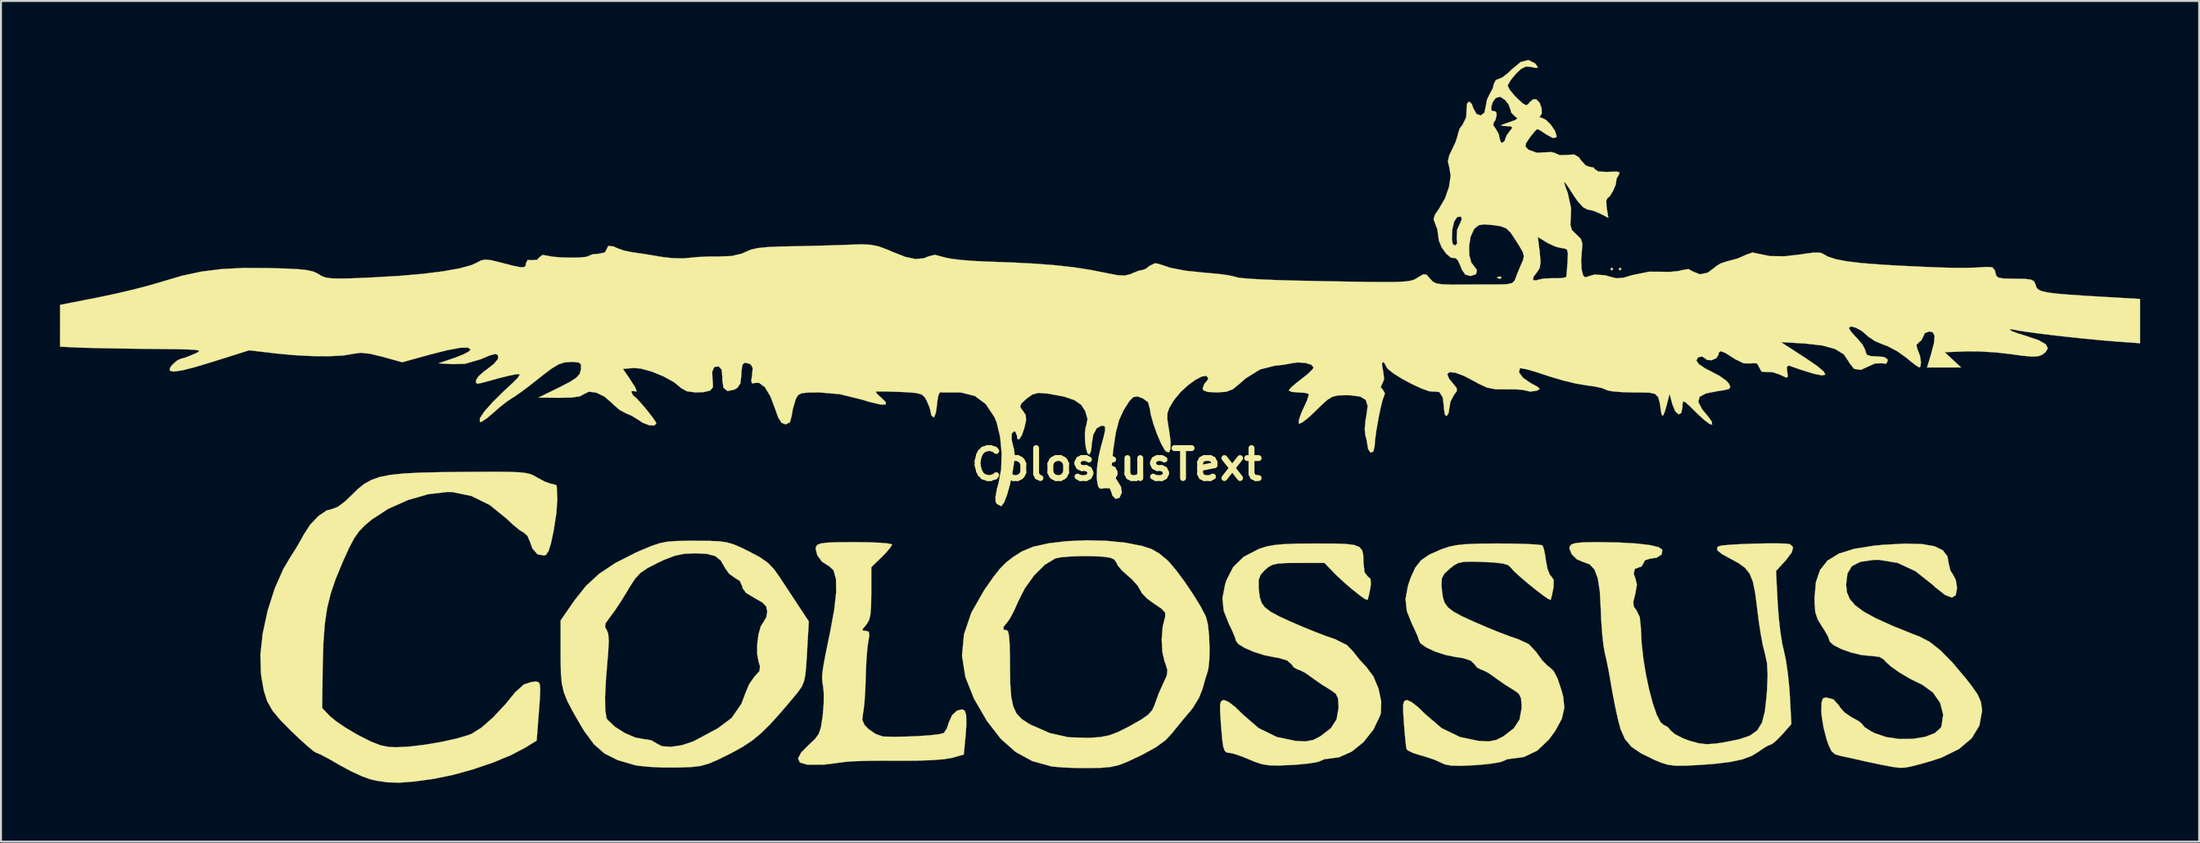
<source format=kicad_pcb>
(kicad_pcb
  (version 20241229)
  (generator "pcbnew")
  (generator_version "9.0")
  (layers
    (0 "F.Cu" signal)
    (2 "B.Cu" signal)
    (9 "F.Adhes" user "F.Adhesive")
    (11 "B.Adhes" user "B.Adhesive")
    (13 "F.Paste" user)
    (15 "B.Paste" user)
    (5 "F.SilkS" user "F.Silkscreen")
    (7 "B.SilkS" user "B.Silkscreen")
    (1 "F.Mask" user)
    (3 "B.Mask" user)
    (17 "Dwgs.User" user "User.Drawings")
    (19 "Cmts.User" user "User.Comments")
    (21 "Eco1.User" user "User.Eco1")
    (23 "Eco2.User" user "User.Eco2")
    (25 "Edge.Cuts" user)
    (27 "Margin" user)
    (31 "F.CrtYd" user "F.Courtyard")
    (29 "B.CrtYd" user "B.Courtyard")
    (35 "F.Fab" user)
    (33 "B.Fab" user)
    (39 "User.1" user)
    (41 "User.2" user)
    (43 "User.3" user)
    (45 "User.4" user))
  (footprint "ColossusText"
    (layer "F.Cu")
    (at 53.769 20.593)
    (property "Reference" "ColossusText" (at 0 0 0) (layer "F.SilkS") (effects (font (size 1.524 1.524) (thickness 0.3))))
    (attr through_hole)
    (fp_poly (pts (xy 25.259 -9.948) (xy 25.188 -9.878) (xy 25.118 -9.948) (xy 25.188 -10.019) (xy 25.259 -9.948)) (stroke (width 0.01) (type solid)) (fill yes) (layer "F.SilkS"))
    (fp_poly (pts (xy 25.682 -9.948) (xy 25.612 -9.878) (xy 25.541 -9.948) (xy 25.612 -10.019) (xy 25.682 -9.948)) (stroke (width 0.01) (type solid)) (fill yes) (layer "F.SilkS"))
    (fp_poly (pts (xy 19.567 -9.549) (xy 19.548 -9.465) (xy 19.473 -9.454) (xy 19.357 -9.506) (xy 19.379 -9.549) (xy 19.547 -9.565) (xy 19.567 -9.549)) (stroke (width 0.01) (type solid)) (fill yes) (layer "F.SilkS"))
    (fp_poly (pts (xy -12.627 3.96) (xy -12.047 3.984) (xy -11.634 4.02) (xy -11.439 4.064) (xy -11.43 4.076) (xy -11.524 4.238) (xy -11.763 4.516) (xy -11.959 4.715) (xy -12.488 5.229) (xy -12.488 6.551) (xy -12.498 7.206) (xy -12.533 7.645) (xy -12.605 7.932) (xy -12.725 8.132) (xy -12.757 8.17) (xy -12.932 8.381) (xy -12.915 8.457) (xy -12.777 8.467) (xy -12.621 8.506) (xy -12.585 8.675) (xy -12.637 8.996) (xy -12.689 9.376) (xy -12.734 9.94) (xy -12.765 10.59) (xy -12.772 10.866) (xy -12.795 11.51) (xy -12.834 12.096) (xy -12.883 12.534) (xy -12.906 12.657) (xy -12.946 12.996) (xy -12.831 13.255) (xy -12.625 13.468) (xy -12.266 13.716) (xy -11.905 13.843) (xy -11.868 13.847) (xy -11.303 13.859) (xy -10.667 13.849) (xy -10.03 13.821) (xy -9.46 13.779) (xy -9.028 13.727) (xy -8.802 13.67) (xy -8.793 13.664) (xy -8.643 13.434) (xy -8.535 13.112) (xy -8.378 12.764) (xy -8.13 12.53) (xy -7.866 12.465) (xy -7.728 12.535) (xy -7.66 12.764) (xy -7.65 13.227) (xy -7.682 13.72) (xy -7.78 14.761) (xy -8.37 14.93) (xy -8.784 15) (xy -9.435 15.05) (xy -10.278 15.076) (xy -11.148 15.078) (xy -11.947 15.076) (xy -12.684 15.084) (xy -13.295 15.102) (xy -13.716 15.127) (xy -13.829 15.14) (xy -14.876 15.275) (xy -15.694 15.279) (xy -15.769 15.272) (xy -16.121 15.168) (xy -16.213 14.96) (xy -16.045 14.647) (xy -15.653 14.256) (xy -15.345 13.968) (xy -15.158 13.707) (xy -15.048 13.374) (xy -14.97 12.873) (xy -14.957 12.771) (xy -14.909 12.189) (xy -14.904 11.646) (xy -14.939 11.289) (xy -14.976 11.077) (xy -14.99 10.863) (xy -14.974 10.598) (xy -14.921 10.232) (xy -14.825 9.715) (xy -14.679 8.997) (xy -14.583 8.537) (xy -14.372 7.389) (xy -14.273 6.489) (xy -14.284 5.825) (xy -14.408 5.387) (xy -14.643 5.163) (xy -14.68 5.149) (xy -14.996 4.947) (xy -15.233 4.624) (xy -15.319 4.289) (xy -15.299 4.183) (xy -15.227 4.088) (xy -15.067 4.022) (xy -14.775 3.981) (xy -14.306 3.959) (xy -13.614 3.952) (xy -13.32 3.951) (xy -12.627 3.96)) (stroke (width 0.01) (type solid)) (fill yes) (layer "F.SilkS"))
    (fp_poly (pts (xy 40.978 4.05) (xy 41.614 4.163) (xy 42.038 4.372) (xy 42.271 4.682) (xy 42.333 5.046) (xy 42.42 5.403) (xy 42.545 5.594) (xy 42.692 5.876) (xy 42.756 6.27) (xy 42.757 6.29) (xy 42.691 6.652) (xy 42.492 6.771) (xy 42.157 6.646) (xy 41.683 6.277) (xy 41.532 6.136) (xy 40.644 5.433) (xy 39.731 5.006) (xy 38.781 4.852) (xy 38.484 4.858) (xy 37.831 4.955) (xy 37.41 5.172) (xy 37.182 5.543) (xy 37.112 6.104) (xy 37.112 6.126) (xy 37.155 6.507) (xy 37.3 6.849) (xy 37.575 7.17) (xy 38.007 7.49) (xy 38.622 7.827) (xy 39.447 8.2) (xy 40.508 8.629) (xy 40.852 8.761) (xy 41.36 9.025) (xy 41.905 9.453) (xy 42.514 10.07) (xy 43.215 10.903) (xy 43.472 11.231) (xy 43.802 11.701) (xy 43.971 12.082) (xy 44.026 12.48) (xy 44.027 12.555) (xy 43.893 13.291) (xy 43.499 13.937) (xy 42.854 14.482) (xy 41.969 14.918) (xy 41.453 15.088) (xy 40.821 15.267) (xy 40.388 15.378) (xy 40.081 15.431) (xy 39.828 15.436) (xy 39.556 15.403) (xy 39.37 15.372) (xy 38.825 15.268) (xy 38.22 15.14) (xy 38.029 15.097) (xy 37.505 14.978) (xy 37.007 14.87) (xy 36.845 14.837) (xy 36.561 14.754) (xy 36.375 14.596) (xy 36.224 14.287) (xy 36.114 13.968) (xy 35.965 13.392) (xy 35.869 12.792) (xy 35.852 12.524) (xy 35.865 12.109) (xy 35.934 11.908) (xy 36.084 11.855) (xy 36.089 11.855) (xy 36.467 11.955) (xy 36.756 12.277) (xy 36.804 12.364) (xy 37.034 12.621) (xy 37.394 12.867) (xy 37.46 12.9) (xy 37.778 13.079) (xy 37.949 13.23) (xy 37.959 13.258) (xy 38.075 13.386) (xy 38.369 13.572) (xy 38.568 13.675) (xy 39.162 13.877) (xy 39.831 13.972) (xy 40.508 13.964) (xy 41.128 13.863) (xy 41.623 13.673) (xy 41.927 13.403) (xy 41.963 13.329) (xy 42.052 12.732) (xy 41.898 12.137) (xy 41.534 11.608) (xy 40.991 11.211) (xy 40.886 11.162) (xy 40.358 10.902) (xy 39.832 10.589) (xy 39.386 10.274) (xy 39.095 10.007) (xy 39.045 9.938) (xy 38.815 9.795) (xy 38.357 9.737) (xy 38.296 9.737) (xy 37.845 9.689) (xy 37.342 9.563) (xy 36.863 9.39) (xy 36.484 9.199) (xy 36.281 9.017) (xy 36.266 8.963) (xy 36.19 8.75) (xy 35.997 8.413) (xy 35.882 8.239) (xy 35.661 7.875) (xy 35.546 7.517) (xy 35.507 7.046) (xy 35.506 6.773) (xy 35.576 5.99) (xy 35.787 5.37) (xy 36.164 4.893) (xy 36.733 4.541) (xy 37.517 4.293) (xy 38.543 4.131) (xy 38.994 4.088) (xy 40.112 4.027) (xy 40.978 4.05)) (stroke (width 0.01) (type solid)) (fill yes) (layer "F.SilkS"))
    (fp_poly (pts (xy -0.513 3.886) (xy 0.452 3.982) (xy 1.299 4.149) (xy 1.776 4.305) (xy 2.151 4.522) (xy 2.553 4.848) (xy 2.663 4.957) (xy 3.039 5.402) (xy 3.47 5.986) (xy 3.901 6.626) (xy 4.273 7.233) (xy 4.528 7.723) (xy 4.551 7.776) (xy 4.64 8.149) (xy 4.698 8.695) (xy 4.723 9.316) (xy 4.713 9.915) (xy 4.664 10.392) (xy 4.615 10.583) (xy 4.528 10.847) (xy 4.413 11.252) (xy 4.374 11.403) (xy 4.177 11.895) (xy 3.871 12.393) (xy 3.76 12.532) (xy 3.384 12.975) (xy 2.979 13.474) (xy 2.84 13.651) (xy 2.484 14.032) (xy 2.006 14.383) (xy 1.34 14.751) (xy 1.154 14.843) (xy 0.56 15.122) (xy 0.111 15.298) (xy -0.299 15.394) (xy -0.778 15.437) (xy -1.411 15.451) (xy -2.079 15.446) (xy -2.714 15.421) (xy -3.211 15.38) (xy -3.349 15.36) (xy -4.298 15.094) (xy -5.142 14.634) (xy -5.903 13.958) (xy -6.61 13.044) (xy -7.258 11.924) (xy -7.699 10.82) (xy -7.871 9.734) (xy -7.771 8.648) (xy -7.642 8.267) (xy -5.761 8.267) (xy -5.751 8.414) (xy -5.609 8.431) (xy -5.533 8.487) (xy -5.481 8.711) (xy -5.448 9.135) (xy -5.433 9.792) (xy -5.431 10.231) (xy -5.418 11.144) (xy -5.368 11.824) (xy -5.265 12.321) (xy -5.092 12.682) (xy -4.831 12.958) (xy -4.466 13.196) (xy -4.373 13.246) (xy -3.405 13.672) (xy -2.451 13.885) (xy -1.411 13.915) (xy -0.836 13.874) (xy -0.381 13.786) (xy 0.068 13.617) (xy 0.626 13.335) (xy 0.719 13.284) (xy 1.258 12.977) (xy 1.6 12.736) (xy 1.803 12.51) (xy 1.925 12.246) (xy 1.949 12.171) (xy 2.126 11.68) (xy 2.352 11.169) (xy 2.384 11.104) (xy 2.55 10.738) (xy 2.581 10.469) (xy 2.484 10.148) (xy 2.442 10.046) (xy 2.325 9.55) (xy 2.29 8.914) (xy 2.338 8.267) (xy 2.467 7.737) (xy 2.47 7.73) (xy 2.466 7.542) (xy 2.274 7.333) (xy 1.926 7.101) (xy 1.546 6.826) (xy 1.28 6.549) (xy 1.211 6.418) (xy 1.062 6.16) (xy 0.764 5.835) (xy 0.569 5.665) (xy 0.244 5.37) (xy 0.038 5.117) (xy 0 5.019) (xy -0.119 4.84) (xy -0.318 4.746) (xy -0.684 4.692) (xy -1.217 4.665) (xy -1.824 4.663) (xy -2.412 4.685) (xy -2.888 4.73) (xy -3.131 4.783) (xy -3.664 5.108) (xy -4.199 5.64) (xy -4.678 6.308) (xy -5 6.943) (xy -5.219 7.435) (xy -5.427 7.831) (xy -5.582 8.049) (xy -5.587 8.054) (xy -5.761 8.267) (xy -7.642 8.267) (xy -7.397 7.544) (xy -6.748 6.404) (xy -6.727 6.373) (xy -6.293 5.753) (xy -5.946 5.31) (xy -5.622 4.981) (xy -5.26 4.701) (xy -4.832 4.429) (xy -4.256 4.188) (xy -3.47 4.012) (xy -2.54 3.902) (xy -1.533 3.86) (xy -0.513 3.886)) (stroke (width 0.01) (type solid)) (fill yes) (layer "F.SilkS"))
    (fp_poly (pts (xy 11.008 4.024) (xy 11.644 4.044) (xy 12.076 4.096) (xy 12.343 4.197) (xy 12.487 4.365) (xy 12.544 4.614) (xy 12.556 4.961) (xy 12.557 5.03) (xy 12.611 5.487) (xy 12.771 5.696) (xy 12.777 5.698) (xy 12.915 5.825) (xy 12.931 6.102) (xy 12.9 6.313) (xy 12.828 6.667) (xy 12.769 6.877) (xy 12.76 6.894) (xy 12.632 6.846) (xy 12.355 6.652) (xy 11.986 6.358) (xy 11.583 6.012) (xy 11.203 5.66) (xy 11.046 5.503) (xy 10.569 5.009) (xy 9.247 5.009) (xy 8.615 5.016) (xy 8.195 5.044) (xy 7.916 5.109) (xy 7.708 5.225) (xy 7.547 5.362) (xy 7.318 5.615) (xy 7.222 5.879) (xy 7.223 6.27) (xy 7.235 6.406) (xy 7.281 6.759) (xy 7.37 7.037) (xy 7.539 7.271) (xy 7.828 7.493) (xy 8.273 7.735) (xy 8.915 8.027) (xy 9.525 8.288) (xy 10.108 8.526) (xy 10.684 8.745) (xy 11.121 8.895) (xy 11.713 9.192) (xy 12.026 9.515) (xy 12.348 9.926) (xy 12.709 10.314) (xy 12.715 10.321) (xy 13.064 10.794) (xy 13.322 11.41) (xy 13.458 12.061) (xy 13.441 12.64) (xy 13.409 12.762) (xy 13.06 13.496) (xy 12.557 14.13) (xy 11.957 14.614) (xy 11.315 14.901) (xy 10.898 14.958) (xy 10.559 15.001) (xy 10.365 15.089) (xy 10.173 15.153) (xy 9.768 15.218) (xy 9.222 15.272) (xy 8.89 15.294) (xy 8.229 15.322) (xy 7.758 15.312) (xy 7.386 15.252) (xy 7.021 15.131) (xy 6.773 15.026) (xy 6.313 14.84) (xy 5.926 14.714) (xy 5.746 14.68) (xy 5.597 14.66) (xy 5.494 14.572) (xy 5.423 14.368) (xy 5.37 13.998) (xy 5.319 13.413) (xy 5.3 13.159) (xy 5.263 12.587) (xy 5.261 12.24) (xy 5.303 12.064) (xy 5.396 12.001) (xy 5.479 11.994) (xy 5.704 12.093) (xy 6.037 12.352) (xy 6.402 12.709) (xy 7.221 13.418) (xy 8.147 13.87) (xy 9.101 14.07) (xy 9.618 14.095) (xy 9.999 14.021) (xy 10.36 13.836) (xy 10.891 13.428) (xy 11.185 12.977) (xy 11.287 12.409) (xy 11.289 12.309) (xy 11.262 11.902) (xy 11.142 11.66) (xy 10.869 11.468) (xy 10.852 11.459) (xy 10.451 11.211) (xy 10.008 10.901) (xy 9.915 10.83) (xy 9.571 10.593) (xy 9.295 10.456) (xy 9.228 10.442) (xy 9.017 10.331) (xy 8.897 10.174) (xy 8.669 9.972) (xy 8.215 9.839) (xy 8.01 9.807) (xy 7.494 9.702) (xy 6.97 9.534) (xy 6.51 9.335) (xy 6.185 9.135) (xy 6.067 8.971) (xy 6.007 8.768) (xy 5.853 8.41) (xy 5.714 8.125) (xy 5.444 7.445) (xy 5.38 6.81) (xy 5.515 6.106) (xy 5.58 5.902) (xy 5.926 5.219) (xy 6.459 4.699) (xy 7.22 4.305) (xy 7.267 4.287) (xy 7.606 4.179) (xy 7.989 4.103) (xy 8.472 4.056) (xy 9.114 4.03) (xy 9.971 4.022) (xy 10.13 4.022) (xy 11.008 4.024)) (stroke (width 0.01) (type solid)) (fill yes) (layer "F.SilkS"))
    (fp_poly (pts (xy -20.726 3.888) (xy -20.217 3.91) (xy -19.828 3.965) (xy -19.481 4.069) (xy -19.093 4.238) (xy -18.738 4.411) (xy -18.157 4.719) (xy -17.753 5.001) (xy -17.437 5.33) (xy -17.163 5.714) (xy -16.79 6.281) (xy -16.384 6.897) (xy -16.159 7.24) (xy -15.667 7.988) (xy -15.757 9.561) (xy -15.799 10.249) (xy -15.846 10.725) (xy -15.916 11.056) (xy -16.028 11.311) (xy -16.202 11.56) (xy -16.368 11.765) (xy -17.047 12.571) (xy -17.605 13.193) (xy -18.089 13.672) (xy -18.548 14.05) (xy -19.027 14.368) (xy -19.575 14.67) (xy -19.727 14.747) (xy -20.328 15.042) (xy -20.777 15.232) (xy -21.172 15.342) (xy -21.614 15.396) (xy -22.199 15.419) (xy -22.45 15.424) (xy -23.143 15.421) (xy -23.808 15.388) (xy -24.344 15.332) (xy -24.532 15.298) (xy -25.397 15.045) (xy -26.059 14.712) (xy -26.596 14.242) (xy -27.088 13.577) (xy -27.259 13.295) (xy -27.665 12.591) (xy -27.948 12.052) (xy -28.13 11.597) (xy -28.233 11.148) (xy -28.28 10.627) (xy -28.292 9.956) (xy -28.293 9.648) (xy -28.293 8.277) (xy -26.035 8.277) (xy -25.959 8.402) (xy -25.872 8.61) (xy -25.844 8.98) (xy -25.874 9.563) (xy -25.893 9.775) (xy -25.99 10.957) (xy -26.034 11.868) (xy -26.023 12.513) (xy -25.959 12.899) (xy -25.913 12.988) (xy -25.53 13.35) (xy -25.016 13.675) (xy -24.485 13.901) (xy -24.104 13.97) (xy -23.689 14.035) (xy -23.412 14.197) (xy -23.13 14.341) (xy -22.677 14.37) (xy -22.138 14.292) (xy -21.596 14.115) (xy -21.418 14.028) (xy -20.971 13.789) (xy -20.457 13.514) (xy -20.293 13.426) (xy -19.593 12.899) (xy -19.094 12.178) (xy -18.886 11.624) (xy -18.699 11.18) (xy -18.438 10.806) (xy -18.4 10.768) (xy -18.176 10.512) (xy -18.15 10.266) (xy -18.215 10.062) (xy -18.291 9.663) (xy -18.291 9.157) (xy -18.226 8.645) (xy -18.108 8.23) (xy -17.983 8.036) (xy -17.829 7.775) (xy -17.78 7.49) (xy -17.83 7.23) (xy -18.023 7.023) (xy -18.415 6.803) (xy -18.852 6.541) (xy -19.038 6.292) (xy -19.05 6.207) (xy -19.179 5.924) (xy -19.405 5.785) (xy -19.722 5.558) (xy -19.932 5.259) (xy -20.148 4.883) (xy -20.432 4.658) (xy -20.856 4.549) (xy -21.434 4.52) (xy -21.99 4.543) (xy -22.472 4.64) (xy -23.004 4.842) (xy -23.339 4.998) (xy -23.869 5.268) (xy -24.228 5.513) (xy -24.507 5.815) (xy -24.794 6.257) (xy -24.894 6.426) (xy -25.213 6.948) (xy -25.53 7.428) (xy -25.78 7.767) (xy -25.791 7.78) (xy -26.006 8.078) (xy -26.035 8.277) (xy -28.293 8.277) (xy -28.293 7.937) (xy -27.595 6.925) (xy -27.009 6.186) (xy -26.334 5.563) (xy -25.51 5.013) (xy -24.48 4.491) (xy -24.175 4.356) (xy -23.677 4.149) (xy -23.276 4.013) (xy -22.885 3.933) (xy -22.421 3.895) (xy -21.798 3.883) (xy -21.436 3.883) (xy -20.726 3.888)) (stroke (width 0.01) (type solid)) (fill yes) (layer "F.SilkS"))
    (fp_poly (pts (xy 24.443 3.952) (xy 25.544 3.97) (xy 26.447 4.021) (xy 27.132 4.102) (xy 27.578 4.21) (xy 27.762 4.34) (xy 27.73 4.576) (xy 27.477 4.742) (xy 27.129 4.796) (xy 26.872 4.878) (xy 26.811 5.009) (xy 26.702 5.197) (xy 26.608 5.221) (xy 26.355 5.319) (xy 26.309 5.577) (xy 26.387 5.783) (xy 26.467 6.11) (xy 26.391 6.563) (xy 26.374 6.624) (xy 26.282 7.006) (xy 26.31 7.24) (xy 26.439 7.409) (xy 26.614 7.769) (xy 26.673 8.371) (xy 26.708 9.102) (xy 26.797 9.895) (xy 26.93 10.704) (xy 27.095 11.478) (xy 27.28 12.17) (xy 27.474 12.731) (xy 27.664 13.111) (xy 27.839 13.264) (xy 27.852 13.264) (xy 28.047 13.372) (xy 28.184 13.538) (xy 28.408 13.73) (xy 28.806 13.935) (xy 29.141 14.06) (xy 29.614 14.19) (xy 30.015 14.237) (xy 30.47 14.207) (xy 30.919 14.138) (xy 31.674 13.986) (xy 32.22 13.8) (xy 32.594 13.532) (xy 32.834 13.137) (xy 32.979 12.566) (xy 33.068 11.773) (xy 33.089 11.495) (xy 33.121 10.702) (xy 33.087 10.103) (xy 32.982 9.619) (xy 32.973 9.59) (xy 32.872 9.186) (xy 32.762 8.591) (xy 32.657 7.894) (xy 32.592 7.367) (xy 32.49 6.559) (xy 32.372 5.976) (xy 32.208 5.561) (xy 31.968 5.258) (xy 31.625 5.01) (xy 31.275 4.822) (xy 30.796 4.561) (xy 30.563 4.369) (xy 30.551 4.224) (xy 30.625 4.16) (xy 30.821 4.12) (xy 31.23 4.084) (xy 31.781 4.053) (xy 32.407 4.03) (xy 33.036 4.017) (xy 33.6 4.015) (xy 34.029 4.027) (xy 34.254 4.055) (xy 34.255 4.056) (xy 34.414 4.205) (xy 34.353 4.464) (xy 34.063 4.855) (xy 33.988 4.937) (xy 33.546 5.422) (xy 33.63 7.05) (xy 33.685 7.794) (xy 33.767 8.521) (xy 33.865 9.134) (xy 33.939 9.454) (xy 34.045 9.938) (xy 34.143 10.598) (xy 34.219 11.328) (xy 34.246 11.721) (xy 34.327 13.212) (xy 33.871 13.732) (xy 33.579 14.035) (xy 33.349 14.223) (xy 33.278 14.252) (xy 33.088 14.331) (xy 32.783 14.528) (xy 32.69 14.597) (xy 32.308 14.832) (xy 31.828 15.01) (xy 31.201 15.142) (xy 30.379 15.24) (xy 29.563 15.299) (xy 28.89 15.332) (xy 28.413 15.33) (xy 28.047 15.282) (xy 27.707 15.179) (xy 27.389 15.048) (xy 26.681 14.704) (xy 26.191 14.369) (xy 25.862 13.979) (xy 25.638 13.474) (xy 25.501 12.963) (xy 25.359 12.299) (xy 25.223 11.599) (xy 25.133 11.077) (xy 25.028 10.483) (xy 24.905 9.886) (xy 24.836 9.596) (xy 24.764 9.189) (xy 24.7 8.59) (xy 24.651 7.889) (xy 24.63 7.359) (xy 24.58 6.452) (xy 24.477 5.791) (xy 24.308 5.345) (xy 24.063 5.08) (xy 23.743 4.966) (xy 23.411 4.825) (xy 23.148 4.564) (xy 23.034 4.275) (xy 23.05 4.168) (xy 23.146 4.062) (xy 23.37 3.996) (xy 23.772 3.962) (xy 24.403 3.952) (xy 24.443 3.952)) (stroke (width 0.01) (type solid)) (fill yes) (layer "F.SilkS"))
    (fp_poly (pts (xy -30.851 0.378) (xy -30.405 0.397) (xy -30.086 0.431) (xy -29.856 0.483) (xy -29.676 0.555) (xy -29.506 0.651) (xy -29.476 0.67) (xy -29.103 0.87) (xy -28.797 0.98) (xy -28.735 0.988) (xy -28.529 1.042) (xy -28.494 1.094) (xy -28.462 1.762) (xy -28.51 2.479) (xy -28.647 3.352) (xy -28.653 3.387) (xy -28.784 4.009) (xy -28.905 4.396) (xy -29.032 4.59) (xy -29.121 4.633) (xy -29.47 4.573) (xy -29.734 4.27) (xy -29.846 3.948) (xy -29.984 3.63) (xy -30.173 3.465) (xy -30.394 3.33) (xy -30.729 3.053) (xy -31.045 2.755) (xy -31.903 2.06) (xy -32.833 1.603) (xy -33.795 1.403) (xy -34.052 1.396) (xy -35.028 1.511) (xy -36.068 1.811) (xy -37.066 2.256) (xy -37.914 2.808) (xy -37.92 2.813) (xy -38.281 3.12) (xy -38.558 3.41) (xy -38.795 3.749) (xy -39.037 4.203) (xy -39.328 4.839) (xy -39.404 5.012) (xy -39.743 5.833) (xy -39.995 6.577) (xy -40.175 7.314) (xy -40.293 8.111) (xy -40.363 9.039) (xy -40.398 10.165) (xy -40.402 10.419) (xy -40.428 12.395) (xy -40.04 12.803) (xy -39.733 13.059) (xy -39.26 13.381) (xy -38.709 13.71) (xy -38.541 13.802) (xy -37.932 14.109) (xy -37.466 14.29) (xy -37.048 14.375) (xy -36.655 14.393) (xy -35.986 14.358) (xy -35.196 14.262) (xy -34.375 14.123) (xy -33.615 13.956) (xy -33.007 13.779) (xy -32.816 13.704) (xy -32.323 13.394) (xy -31.736 12.879) (xy -31.099 12.198) (xy -30.61 11.599) (xy -30.166 11.198) (xy -29.801 11.077) (xy -29.589 11.05) (xy -29.446 11.062) (xy -29.364 11.157) (xy -29.332 11.377) (xy -29.342 11.765) (xy -29.384 12.367) (xy -29.421 12.847) (xy -29.513 14.052) (xy -30.102 14.417) (xy -30.82 14.793) (xy -31.731 15.169) (xy -32.748 15.515) (xy -33.783 15.802) (xy -34.749 16) (xy -34.799 16.008) (xy -35.731 16.135) (xy -36.466 16.192) (xy -37.081 16.179) (xy -37.651 16.097) (xy -37.969 16.023) (xy -38.398 15.87) (xy -38.953 15.615) (xy -39.522 15.309) (xy -39.59 15.269) (xy -40.067 14.994) (xy -40.457 14.787) (xy -40.692 14.682) (xy -40.722 14.676) (xy -40.872 14.583) (xy -41.176 14.331) (xy -41.587 13.961) (xy -41.987 13.582) (xy -42.562 13.001) (xy -42.96 12.517) (xy -43.223 12.05) (xy -43.393 11.52) (xy -43.513 10.848) (xy -43.541 10.637) (xy -43.57 9.682) (xy -43.449 8.588) (xy -43.2 7.438) (xy -42.843 6.319) (xy -42.401 5.315) (xy -42.052 4.727) (xy -41.738 4.232) (xy -41.435 3.704) (xy -41.371 3.581) (xy -41.036 3.063) (xy -40.625 2.63) (xy -40.205 2.343) (xy -39.894 2.258) (xy -39.628 2.154) (xy -39.253 1.872) (xy -38.927 1.559) (xy -38.599 1.237) (xy -38.274 0.98) (xy -37.916 0.782) (xy -37.487 0.633) (xy -36.951 0.528) (xy -36.27 0.457) (xy -35.409 0.413) (xy -34.331 0.389) (xy -33.339 0.379) (xy -32.279 0.371) (xy -31.463 0.37) (xy -30.851 0.378)) (stroke (width 0.01) (type solid)) (fill yes) (layer "F.SilkS"))
    (fp_poly (pts (xy 20.177 4.028) (xy 20.826 4.045) (xy 21.322 4.071) (xy 21.613 4.103) (xy 21.665 4.121) (xy 21.738 4.309) (xy 21.809 4.676) (xy 21.838 4.897) (xy 21.92 5.319) (xy 22.043 5.619) (xy 22.108 5.689) (xy 22.234 5.877) (xy 22.223 6.25) (xy 22.211 6.324) (xy 22.14 6.673) (xy 22.085 6.876) (xy 22.077 6.891) (xy 21.952 6.839) (xy 21.675 6.647) (xy 21.304 6.363) (xy 20.898 6.033) (xy 20.515 5.707) (xy 20.213 5.43) (xy 20.052 5.25) (xy 20.047 5.243) (xy 19.919 5.123) (xy 19.658 5.042) (xy 19.213 4.99) (xy 18.663 4.961) (xy 18.056 4.943) (xy 17.654 4.956) (xy 17.38 5.014) (xy 17.158 5.134) (xy 16.944 5.304) (xy 16.667 5.563) (xy 16.541 5.8) (xy 16.525 6.132) (xy 16.546 6.396) (xy 16.593 6.753) (xy 16.682 7.033) (xy 16.85 7.268) (xy 17.137 7.491) (xy 17.58 7.731) (xy 18.218 8.022) (xy 18.838 8.288) (xy 19.423 8.527) (xy 20.002 8.747) (xy 20.442 8.897) (xy 20.971 9.146) (xy 21.355 9.559) (xy 21.392 9.617) (xy 21.659 9.98) (xy 21.922 10.243) (xy 21.992 10.29) (xy 22.223 10.499) (xy 22.429 10.888) (xy 22.632 11.498) (xy 22.716 11.813) (xy 22.777 12.381) (xy 22.645 12.949) (xy 22.304 13.574) (xy 21.989 14.001) (xy 21.399 14.562) (xy 20.724 14.886) (xy 20.212 14.958) (xy 19.872 15.001) (xy 19.678 15.089) (xy 19.486 15.155) (xy 19.082 15.222) (xy 18.535 15.28) (xy 18.203 15.305) (xy 17.507 15.337) (xy 17.027 15.326) (xy 16.701 15.267) (xy 16.51 15.182) (xy 16.157 15.022) (xy 15.679 14.863) (xy 15.476 14.808) (xy 15.073 14.683) (xy 14.804 14.547) (xy 14.747 14.482) (xy 14.715 14.275) (xy 14.672 13.863) (xy 14.626 13.326) (xy 14.613 13.159) (xy 14.577 12.586) (xy 14.575 12.239) (xy 14.618 12.062) (xy 14.711 12) (xy 14.783 11.994) (xy 15.003 12.093) (xy 15.333 12.35) (xy 15.699 12.706) (xy 16.53 13.418) (xy 17.469 13.873) (xy 18.414 14.07) (xy 18.931 14.095) (xy 19.312 14.021) (xy 19.674 13.836) (xy 20.204 13.428) (xy 20.498 12.977) (xy 20.601 12.409) (xy 20.602 12.309) (xy 20.575 11.902) (xy 20.455 11.66) (xy 20.183 11.468) (xy 20.165 11.459) (xy 19.764 11.211) (xy 19.321 10.901) (xy 19.229 10.83) (xy 18.884 10.593) (xy 18.609 10.456) (xy 18.542 10.442) (xy 18.331 10.331) (xy 18.209 10.17) (xy 18.014 9.984) (xy 17.63 9.858) (xy 17.251 9.799) (xy 16.721 9.692) (xy 16.198 9.52) (xy 15.754 9.313) (xy 15.46 9.104) (xy 15.382 8.961) (xy 15.321 8.764) (xy 15.166 8.41) (xy 15.028 8.125) (xy 14.763 7.464) (xy 14.695 6.845) (xy 14.819 6.168) (xy 14.96 5.756) (xy 15.195 5.244) (xy 15.482 4.878) (xy 15.896 4.591) (xy 16.507 4.32) (xy 16.581 4.292) (xy 16.917 4.182) (xy 17.291 4.105) (xy 17.762 4.057) (xy 18.388 4.031) (xy 19.225 4.022) (xy 19.426 4.022) (xy 20.177 4.028)) (stroke (width 0.01) (type solid)) (fill yes) (layer "F.SilkS"))
    (fp_poly (pts (xy 21.279 -20.419) (xy 21.326 -20.367) (xy 21.432 -20.21) (xy 21.342 -20.183) (xy 21.122 -20.231) (xy 20.826 -20.258) (xy 20.569 -20.134) (xy 20.311 -19.887) (xy 20.054 -19.575) (xy 19.909 -19.328) (xy 19.897 -19.274) (xy 19.991 -19.083) (xy 20.23 -18.79) (xy 20.376 -18.641) (xy 20.672 -18.37) (xy 20.841 -18.283) (xy 20.951 -18.354) (xy 20.993 -18.423) (xy 21.198 -18.593) (xy 21.342 -18.59) (xy 21.517 -18.415) (xy 21.621 -18.129) (xy 21.626 -17.855) (xy 21.534 -17.726) (xy 21.509 -17.668) (xy 21.616 -17.65) (xy 21.845 -17.538) (xy 22.096 -17.284) (xy 22.299 -16.981) (xy 22.382 -16.722) (xy 22.365 -16.65) (xy 22.196 -16.619) (xy 21.885 -16.784) (xy 21.876 -16.79) (xy 21.588 -16.981) (xy 21.411 -17.073) (xy 21.401 -17.074) (xy 21.28 -16.971) (xy 21.072 -16.715) (xy 21.02 -16.643) (xy 20.828 -16.353) (xy 20.797 -16.189) (xy 20.92 -16.051) (xy 20.975 -16.008) (xy 21.382 -15.868) (xy 21.752 -15.886) (xy 22.111 -15.903) (xy 22.336 -15.844) (xy 22.354 -15.824) (xy 22.539 -15.748) (xy 22.874 -15.753) (xy 22.919 -15.759) (xy 23.279 -15.777) (xy 23.511 -15.639) (xy 23.643 -15.461) (xy 23.863 -15.22) (xy 24.06 -15.151) (xy 24.069 -15.153) (xy 24.27 -15.11) (xy 24.319 -15.037) (xy 24.505 -14.914) (xy 24.939 -14.889) (xy 25.046 -14.895) (xy 25.434 -14.908) (xy 25.588 -14.867) (xy 25.553 -14.761) (xy 25.546 -14.752) (xy 25.425 -14.527) (xy 25.42 -14.443) (xy 25.385 -14.232) (xy 25.258 -13.934) (xy 25.098 -13.666) (xy 24.965 -13.547) (xy 24.963 -13.547) (xy 24.911 -13.425) (xy 24.923 -13.125) (xy 24.934 -13.051) (xy 25.014 -12.556) (xy 24.607 -12.768) (xy 24.242 -12.92) (xy 23.948 -12.981) (xy 23.724 -13.102) (xy 23.435 -13.425) (xy 23.256 -13.688) (xy 23.015 -14.064) (xy 22.836 -14.32) (xy 22.769 -14.393) (xy 22.787 -14.277) (xy 22.887 -13.984) (xy 22.949 -13.823) (xy 23.117 -13.051) (xy 23.106 -12.62) (xy 23.083 -12.202) (xy 23.157 -11.943) (xy 23.365 -11.729) (xy 23.389 -11.709) (xy 23.614 -11.488) (xy 23.693 -11.234) (xy 23.664 -10.836) (xy 23.631 -10.354) (xy 23.656 -9.929) (xy 23.728 -9.629) (xy 23.836 -9.524) (xy 23.864 -9.535) (xy 24.311 -9.669) (xy 24.86 -9.629) (xy 25.078 -9.565) (xy 25.429 -9.478) (xy 25.783 -9.505) (xy 26.211 -9.635) (xy 27.099 -9.814) (xy 27.633 -9.812) (xy 28.137 -9.803) (xy 28.581 -9.847) (xy 28.746 -9.889) (xy 29.088 -9.949) (xy 29.351 -9.807) (xy 29.68 -9.68) (xy 30.073 -9.764) (xy 30.436 -10.037) (xy 30.456 -10.06) (xy 30.706 -10.225) (xy 31.091 -10.354) (xy 31.155 -10.367) (xy 31.597 -10.487) (xy 31.966 -10.649) (xy 31.99 -10.663) (xy 32.349 -10.79) (xy 32.67 -10.723) (xy 33.234 -10.608) (xy 33.984 -10.599) (xy 34.846 -10.698) (xy 34.997 -10.725) (xy 35.452 -10.784) (xy 35.791 -10.78) (xy 35.898 -10.745) (xy 36.181 -10.583) (xy 36.59 -10.45) (xy 37.158 -10.341) (xy 37.919 -10.25) (xy 38.904 -10.174) (xy 39.793 -10.122) (xy 40.934 -10.067) (xy 41.844 -10.029) (xy 42.574 -10.01) (xy 43.174 -10.008) (xy 43.695 -10.022) (xy 44.188 -10.052) (xy 44.238 -10.056) (xy 44.551 -10.039) (xy 44.684 -9.882) (xy 44.707 -9.772) (xy 44.753 -9.604) (xy 44.877 -9.508) (xy 45.141 -9.465) (xy 45.612 -9.455) (xy 45.715 -9.454) (xy 46.227 -9.447) (xy 46.526 -9.409) (xy 46.678 -9.32) (xy 46.751 -9.159) (xy 46.761 -9.122) (xy 46.806 -9) (xy 46.896 -8.903) (xy 47.065 -8.824) (xy 47.344 -8.76) (xy 47.767 -8.704) (xy 48.368 -8.651) (xy 49.18 -8.595) (xy 50.236 -8.532) (xy 50.412 -8.522) (xy 52.07 -8.425) (xy 52.07 -6.172) (xy 50.765 -6.268) (xy 50.091 -6.324) (xy 49.314 -6.398) (xy 48.49 -6.484) (xy 47.677 -6.576) (xy 46.93 -6.667) (xy 46.308 -6.75) (xy 45.866 -6.818) (xy 45.685 -6.857) (xy 45.479 -6.887) (xy 45.438 -6.857) (xy 45.562 -6.782) (xy 45.884 -6.663) (xy 46.249 -6.551) (xy 46.893 -6.335) (xy 47.265 -6.126) (xy 47.376 -5.917) (xy 47.267 -5.726) (xy 47.092 -5.586) (xy 46.881 -5.51) (xy 46.573 -5.493) (xy 46.108 -5.534) (xy 45.438 -5.626) (xy 44.706 -5.707) (xy 43.912 -5.755) (xy 43.221 -5.76) (xy 43.182 -5.758) (xy 42.127 -5.715) (xy 42.546 -5.327) (xy 42.965 -4.939) (xy 41.232 -4.939) (xy 41.43 -5.596) (xy 41.583 -6.179) (xy 41.616 -6.543) (xy 41.528 -6.728) (xy 41.346 -6.773) (xy 41.117 -6.688) (xy 41.063 -6.569) (xy 40.953 -6.332) (xy 40.836 -6.237) (xy 40.686 -6.084) (xy 40.749 -5.846) (xy 40.765 -5.816) (xy 40.876 -5.511) (xy 40.921 -5.196) (xy 40.891 -4.978) (xy 40.839 -4.939) (xy 40.694 -5.023) (xy 40.41 -5.24) (xy 40.175 -5.436) (xy 39.72 -5.762) (xy 39.228 -6.021) (xy 39.024 -6.096) (xy 38.585 -6.278) (xy 38.224 -6.521) (xy 38.171 -6.575) (xy 37.906 -6.801) (xy 37.608 -6.963) (xy 37.363 -7.027) (xy 37.254 -6.959) (xy 37.253 -6.95) (xy 37.347 -6.783) (xy 37.581 -6.516) (xy 37.677 -6.421) (xy 37.945 -6.105) (xy 38.091 -5.82) (xy 38.1 -5.759) (xy 38.158 -5.59) (xy 38.379 -5.515) (xy 38.664 -5.503) (xy 39.051 -5.471) (xy 39.214 -5.36) (xy 39.229 -5.282) (xy 39.151 -5.129) (xy 38.94 -5.153) (xy 38.585 -5.144) (xy 38.31 -5.021) (xy 37.861 -4.816) (xy 37.52 -4.868) (xy 37.272 -5.18) (xy 37.246 -5.238) (xy 36.991 -5.61) (xy 36.556 -5.878) (xy 35.913 -6.057) (xy 35.028 -6.158) (xy 34.927 -6.164) (xy 33.796 -6.229) (xy 35.063 -5.409) (xy 35.647 -5.009) (xy 35.976 -4.73) (xy 36.053 -4.572) (xy 35.878 -4.536) (xy 35.453 -4.623) (xy 34.78 -4.833) (xy 34.202 -5.038) (xy 34.1 -4.974) (xy 34.115 -4.722) (xy 34.151 -4.475) (xy 34.077 -4.421) (xy 33.83 -4.532) (xy 33.766 -4.565) (xy 33.39 -4.696) (xy 33.066 -4.71) (xy 33.061 -4.708) (xy 32.81 -4.728) (xy 32.698 -4.933) (xy 32.581 -5.145) (xy 32.335 -5.159) (xy 32.267 -5.144) (xy 31.903 -5.151) (xy 31.461 -5.364) (xy 31.375 -5.42) (xy 30.966 -5.68) (xy 30.733 -5.77) (xy 30.634 -5.701) (xy 30.621 -5.59) (xy 30.509 -5.412) (xy 30.267 -5.307) (xy 30.037 -5.322) (xy 29.978 -5.375) (xy 29.787 -5.499) (xy 29.577 -5.453) (xy 29.492 -5.29) (xy 29.614 -5.115) (xy 29.933 -4.896) (xy 30.233 -4.743) (xy 30.673 -4.51) (xy 31.016 -4.264) (xy 31.144 -4.123) (xy 31.222 -3.953) (xy 31.164 -3.853) (xy 30.919 -3.786) (xy 30.579 -3.736) (xy 29.983 -3.618) (xy 29.657 -3.444) (xy 29.592 -3.187) (xy 29.778 -2.821) (xy 30.098 -2.435) (xy 30.274 -2.186) (xy 30.296 -2.027) (xy 30.294 -2.025) (xy 30.157 -2.071) (xy 29.883 -2.278) (xy 29.529 -2.604) (xy 29.494 -2.639) (xy 29.126 -3.003) (xy 28.915 -3.185) (xy 28.817 -3.205) (xy 28.788 -3.081) (xy 28.787 -2.943) (xy 28.73 -2.627) (xy 28.593 -2.55) (xy 28.424 -2.7) (xy 28.272 -3.065) (xy 28.271 -3.069) (xy 28.129 -3.598) (xy 28.023 -3.175) (xy 27.891 -2.699) (xy 27.798 -2.486) (xy 27.733 -2.521) (xy 27.699 -2.681) (xy 27.631 -3.146) (xy 27.549 -3.436) (xy 27.392 -3.593) (xy 27.102 -3.657) (xy 26.621 -3.669) (xy 26.272 -3.669) (xy 25.7 -3.684) (xy 25.233 -3.723) (xy 24.946 -3.779) (xy 24.897 -3.805) (xy 24.692 -3.891) (xy 24.299 -3.975) (xy 23.916 -4.027) (xy 23.382 -4.116) (xy 22.707 -4.279) (xy 22.017 -4.483) (xy 21.832 -4.545) (xy 21.284 -4.725) (xy 20.841 -4.849) (xy 20.566 -4.901) (xy 20.51 -4.893) (xy 20.472 -4.687) (xy 20.661 -4.427) (xy 21.039 -4.159) (xy 21.116 -4.117) (xy 21.433 -3.944) (xy 21.522 -3.845) (xy 21.412 -3.774) (xy 21.336 -3.749) (xy 21.024 -3.711) (xy 20.864 -3.752) (xy 20.644 -3.801) (xy 20.238 -3.827) (xy 19.823 -3.825) (xy 19.261 -3.831) (xy 18.836 -3.917) (xy 18.405 -4.117) (xy 18.253 -4.204) (xy 17.677 -4.507) (xy 17.228 -4.673) (xy 16.933 -4.704) (xy 16.819 -4.601) (xy 16.911 -4.365) (xy 17.098 -4.138) (xy 17.296 -3.897) (xy 17.305 -3.732) (xy 17.168 -3.553) (xy 16.984 -3.21) (xy 16.933 -2.925) (xy 16.885 -2.617) (xy 16.792 -2.469) (xy 16.698 -2.531) (xy 16.653 -2.826) (xy 16.651 -2.927) (xy 16.589 -3.415) (xy 16.415 -3.687) (xy 16.147 -3.716) (xy 16.126 -3.708) (xy 15.892 -3.731) (xy 15.499 -3.873) (xy 15.019 -4.095) (xy 14.527 -4.359) (xy 14.098 -4.625) (xy 13.805 -4.855) (xy 13.72 -4.973) (xy 13.611 -5.183) (xy 13.54 -5.221) (xy 13.496 -5.104) (xy 13.542 -4.817) (xy 13.554 -4.773) (xy 13.607 -4.342) (xy 13.518 -4.128) (xy 13.429 -3.932) (xy 13.539 -3.815) (xy 13.646 -3.622) (xy 13.615 -3.525) (xy 13.528 -3.282) (xy 13.42 -2.847) (xy 13.31 -2.305) (xy 13.213 -1.744) (xy 13.145 -1.25) (xy 13.123 -0.941) (xy 13.056 -0.658) (xy 12.915 -0.606) (xy 12.792 -0.791) (xy 12.77 -0.925) (xy 12.706 -1.293) (xy 12.649 -1.5) (xy 12.62 -1.814) (xy 12.662 -2.263) (xy 12.703 -2.485) (xy 12.768 -2.974) (xy 12.674 -3.287) (xy 12.388 -3.459) (xy 11.872 -3.524) (xy 11.639 -3.528) (xy 11.262 -3.516) (xy 10.982 -3.451) (xy 10.718 -3.292) (xy 10.389 -2.995) (xy 10.131 -2.738) (xy 9.756 -2.386) (xy 9.456 -2.151) (xy 9.281 -2.073) (xy 9.263 -2.085) (xy 9.273 -2.279) (xy 9.393 -2.626) (xy 9.507 -2.872) (xy 9.68 -3.252) (xy 9.767 -3.521) (xy 9.763 -3.595) (xy 9.585 -3.646) (xy 9.251 -3.669) (xy 9.219 -3.669) (xy 8.904 -3.697) (xy 8.756 -3.765) (xy 8.754 -3.775) (xy 8.862 -3.91) (xy 9.134 -4.147) (xy 9.389 -4.344) (xy 9.737 -4.621) (xy 9.965 -4.847) (xy 10.019 -4.941) (xy 9.895 -5.081) (xy 9.59 -5.173) (xy 9.203 -5.195) (xy 8.923 -5.157) (xy 8.5 -5.078) (xy 8.043 -5.027) (xy 7.302 -4.843) (xy 6.564 -4.386) (xy 6.245 -4.106) (xy 5.905 -3.829) (xy 5.564 -3.7) (xy 5.084 -3.669) (xy 5.081 -3.669) (xy 4.631 -3.693) (xy 4.414 -3.775) (xy 4.374 -3.872) (xy 4.46 -4.112) (xy 4.516 -4.163) (xy 4.651 -4.343) (xy 4.657 -4.383) (xy 4.567 -4.515) (xy 4.33 -4.479) (xy 3.998 -4.306) (xy 3.621 -4.03) (xy 3.249 -3.685) (xy 2.932 -3.302) (xy 2.871 -3.211) (xy 2.674 -2.879) (xy 2.581 -2.613) (xy 2.575 -2.308) (xy 2.643 -1.856) (xy 2.669 -1.715) (xy 2.743 -1.158) (xy 2.734 -0.78) (xy 2.649 -0.609) (xy 2.495 -0.677) (xy 2.446 -0.735) (xy 2.259 -1.063) (xy 2.053 -1.545) (xy 1.864 -2.077) (xy 1.732 -2.549) (xy 1.693 -2.818) (xy 1.594 -3.171) (xy 1.33 -3.366) (xy 1.056 -3.464) (xy 0.849 -3.432) (xy 0.648 -3.232) (xy 0.388 -2.824) (xy 0.349 -2.759) (xy 0.12 -2.258) (xy -0.047 -1.619) (xy -0.163 -0.853) (xy -0.231 -0.24) (xy -0.257 0.16) (xy -0.233 0.416) (xy -0.154 0.594) (xy -0.012 0.764) (xy -0.005 0.771) (xy 0.222 1.143) (xy 0.259 1.433) (xy 0.136 1.698) (xy -0.058 1.747) (xy -0.222 1.578) (xy -0.257 1.446) (xy -0.346 1.217) (xy -0.574 1.198) (xy -0.629 1.211) (xy -0.835 1.234) (xy -0.943 1.126) (xy -1 0.82) (xy -1.014 0.683) (xy -1.005 0.208) (xy -0.922 -0.39) (xy -0.818 -0.842) (xy -0.668 -1.395) (xy -0.592 -1.731) (xy -0.589 -1.903) (xy -0.656 -1.967) (xy -0.771 -1.976) (xy -1.016 -1.847) (xy -1.195 -1.512) (xy -1.27 -1.042) (xy -1.27 -1.005) (xy -1.307 -0.68) (xy -1.392 -0.505) (xy -1.487 -0.569) (xy -1.563 -0.827) (xy -1.611 -1.191) (xy -1.62 -1.574) (xy -1.583 -1.888) (xy -1.548 -1.984) (xy -1.485 -2.312) (xy -1.601 -2.72) (xy -1.809 -3.04) (xy -2.158 -3.28) (xy -2.693 -3.46) (xy -3.459 -3.601) (xy -3.554 -3.614) (xy -3.992 -3.644) (xy -4.3 -3.559) (xy -4.594 -3.345) (xy -4.852 -3.104) (xy -4.916 -2.945) (xy -4.811 -2.775) (xy -4.771 -2.73) (xy -4.631 -2.519) (xy -4.611 -2.262) (xy -4.696 -1.87) (xy -4.827 -1.491) (xy -4.956 -1.288) (xy -5.05 -1.293) (xy -5.08 -1.482) (xy -5.156 -1.669) (xy -5.221 -1.693) (xy -5.337 -1.575) (xy -5.349 -1.274) (xy -5.255 -0.869) (xy -5.228 -0.795) (xy -5.195 -0.502) (xy -5.229 -0.051) (xy -5.316 0.486) (xy -5.438 1.041) (xy -5.58 1.544) (xy -5.726 1.923) (xy -5.86 2.109) (xy -5.889 2.117) (xy -6.098 2.003) (xy -6.16 1.899) (xy -6.167 1.649) (xy -6.094 1.241) (xy -6.011 0.941) (xy -5.877 0.237) (xy -5.854 -0.587) (xy -5.934 -1.418) (xy -6.109 -2.145) (xy -6.223 -2.416) (xy -6.665 -3.078) (xy -7.215 -3.487) (xy -7.9 -3.66) (xy -8.125 -3.669) (xy -8.57 -3.669) (xy -8.895 -3.67) (xy -8.996 -3.671) (xy -9.067 -3.546) (xy -9.127 -3.228) (xy -9.145 -3.036) (xy -9.197 -2.656) (xy -9.279 -2.428) (xy -9.321 -2.399) (xy -9.438 -2.514) (xy -9.454 -2.618) (xy -9.517 -2.893) (xy -9.664 -3.242) (xy -9.783 -3.442) (xy -9.929 -3.565) (xy -10.171 -3.635) (xy -10.577 -3.673) (xy -11.04 -3.695) (xy -11.582 -3.713) (xy -12.005 -3.72) (xy -12.238 -3.714) (xy -12.261 -3.709) (xy -12.205 -3.609) (xy -11.993 -3.413) (xy -11.979 -3.402) (xy -11.743 -3.167) (xy -11.761 -3.052) (xy -12.036 -3.057) (xy -12.565 -3.182) (xy -12.976 -3.306) (xy -14.08 -3.579) (xy -15.122 -3.669) (xy -15.16 -3.669) (xy -15.694 -3.663) (xy -16.016 -3.63) (xy -16.194 -3.548) (xy -16.299 -3.393) (xy -16.346 -3.281) (xy -16.477 -2.832) (xy -16.54 -2.469) (xy -16.626 -2.151) (xy -16.828 -2.047) (xy -16.856 -2.046) (xy -17.054 -2.123) (xy -17.221 -2.388) (xy -17.35 -2.752) (xy -17.618 -3.463) (xy -17.902 -3.936) (xy -18.192 -4.155) (xy -18.372 -4.154) (xy -18.547 -4.127) (xy -18.596 -4.249) (xy -18.553 -4.554) (xy -18.52 -4.908) (xy -18.614 -5.087) (xy -18.705 -5.134) (xy -18.924 -5.184) (xy -19.041 -5.084) (xy -19.09 -4.782) (xy -19.101 -4.529) (xy -19.149 -4.127) (xy -19.302 -3.901) (xy -19.457 -3.811) (xy -19.805 -3.739) (xy -20.008 -3.906) (xy -20.068 -4.317) (xy -20.063 -4.429) (xy -20.1 -4.828) (xy -20.251 -4.991) (xy -20.472 -4.968) (xy -20.582 -4.722) (xy -20.565 -4.297) (xy -20.555 -4.242) (xy -20.541 -3.941) (xy -20.68 -3.765) (xy -21.017 -3.684) (xy -21.443 -3.669) (xy -21.879 -3.73) (xy -22.162 -3.89) (xy -22.164 -3.892) (xy -22.52 -4.188) (xy -23.051 -4.481) (xy -23.65 -4.728) (xy -24.213 -4.883) (xy -24.567 -4.911) (xy -25.123 -4.868) (xy -24.768 -4.347) (xy -24.502 -3.928) (xy -24.42 -3.72) (xy -24.521 -3.721) (xy -24.553 -3.739) (xy -24.684 -3.735) (xy -24.694 -3.689) (xy -24.606 -3.514) (xy -24.588 -3.504) (xy -24.43 -3.368) (xy -24.174 -3.09) (xy -23.885 -2.746) (xy -23.625 -2.413) (xy -23.456 -2.166) (xy -23.424 -2.091) (xy -23.532 -1.983) (xy -23.792 -1.999) (xy -24.113 -2.124) (xy -24.287 -2.238) (xy -24.663 -2.474) (xy -24.977 -2.609) (xy -25.307 -2.789) (xy -25.646 -3.086) (xy -25.682 -3.126) (xy -26.062 -3.457) (xy -26.48 -3.659) (xy -26.857 -3.706) (xy -27.103 -3.586) (xy -27.312 -3.471) (xy -27.726 -3.41) (xy -28.345 -3.396) (xy -29.422 -3.405) (xy -28.363 -3.925) (xy -27.827 -4.201) (xy -27.5 -4.413) (xy -27.329 -4.603) (xy -27.263 -4.814) (xy -27.26 -4.833) (xy -27.254 -5.08) (xy -27.359 -5.191) (xy -27.65 -5.22) (xy -27.791 -5.221) (xy -28.104 -5.195) (xy -28.401 -5.095) (xy -28.751 -4.885) (xy -29.222 -4.529) (xy -29.388 -4.396) (xy -29.88 -4.008) (xy -30.327 -3.674) (xy -30.658 -3.445) (xy -30.747 -3.392) (xy -31.038 -3.198) (xy -31.428 -2.887) (xy -31.703 -2.645) (xy -32.043 -2.356) (xy -32.301 -2.185) (xy -32.407 -2.162) (xy -32.401 -2.35) (xy -32.178 -2.693) (xy -31.748 -3.178) (xy -31.12 -3.795) (xy -30.712 -4.17) (xy -30.471 -4.416) (xy -30.371 -4.58) (xy -30.376 -4.6) (xy -30.535 -4.597) (xy -30.892 -4.529) (xy -31.378 -4.408) (xy -31.482 -4.38) (xy -32.034 -4.227) (xy -32.366 -4.14) (xy -32.535 -4.115) (xy -32.594 -4.147) (xy -32.598 -4.232) (xy -32.597 -4.285) (xy -32.488 -4.471) (xy -32.211 -4.724) (xy -32.032 -4.852) (xy -31.699 -5.113) (xy -31.497 -5.35) (xy -31.468 -5.435) (xy -31.499 -5.588) (xy -31.629 -5.627) (xy -31.909 -5.548) (xy -32.369 -5.355) (xy -33.159 -5.127) (xy -33.762 -5.108) (xy -34.502 -5.151) (xy -33.675 -5.433) (xy -33.247 -5.601) (xy -32.956 -5.757) (xy -32.87 -5.856) (xy -33.014 -5.951) (xy -33.403 -5.941) (xy -34.042 -5.823) (xy -34.937 -5.598) (xy -35.074 -5.56) (xy -36.353 -5.205) (xy -37.366 -5.486) (xy -38.003 -5.639) (xy -38.463 -5.687) (xy -38.827 -5.638) (xy -38.838 -5.635) (xy -39.339 -5.551) (xy -40.055 -5.512) (xy -40.923 -5.518) (xy -41.878 -5.568) (xy -42.824 -5.658) (xy -44.14 -5.814) (xy -46.004 -5.226) (xy -46.907 -4.954) (xy -47.563 -4.789) (xy -47.983 -4.729) (xy -48.18 -4.774) (xy -48.167 -4.923) (xy -48.046 -5.083) (xy -47.802 -5.297) (xy -47.638 -5.373) (xy -47.42 -5.433) (xy -47.064 -5.57) (xy -46.947 -5.621) (xy -46.773 -5.702) (xy -46.687 -5.762) (xy -46.718 -5.806) (xy -46.897 -5.836) (xy -47.252 -5.856) (xy -47.814 -5.869) (xy -48.61 -5.879) (xy -49.205 -5.885) (xy -50.133 -5.896) (xy -51.028 -5.91) (xy -51.826 -5.925) (xy -52.466 -5.94) (xy -52.881 -5.955) (xy -53.764 -5.997) (xy -53.763 -7.061) (xy -53.763 -8.124) (xy -51.794 -8.511) (xy -50.944 -8.691) (xy -50.063 -8.898) (xy -49.252 -9.108) (xy -48.612 -9.295) (xy -48.584 -9.304) (xy -47.55 -9.609) (xy -46.564 -9.82) (xy -45.543 -9.948) (xy -44.406 -10.004) (xy -43.109 -9.997) (xy -42.259 -9.973) (xy -41.641 -9.94) (xy -41.206 -9.894) (xy -40.904 -9.828) (xy -40.685 -9.735) (xy -40.6 -9.682) (xy -40.432 -9.583) (xy -40.239 -9.515) (xy -39.973 -9.477) (xy -39.586 -9.464) (xy -39.029 -9.473) (xy -38.256 -9.503) (xy -37.919 -9.518) (xy -36.53 -9.598) (xy -35.298 -9.705) (xy -34.252 -9.836) (xy -33.416 -9.986) (xy -32.82 -10.153) (xy -32.587 -10.258) (xy -32.347 -10.384) (xy -32.124 -10.431) (xy -31.829 -10.398) (xy -31.369 -10.287) (xy -31.269 -10.26) (xy -30.691 -10.112) (xy -30.333 -10.041) (xy -30.142 -10.049) (xy -30.068 -10.133) (xy -30.057 -10.247) (xy -29.973 -10.41) (xy -29.766 -10.399) (xy -29.487 -10.419) (xy -29.396 -10.528) (xy -29.219 -10.666) (xy -29.017 -10.635) (xy -28.706 -10.577) (xy -28.26 -10.54) (xy -27.765 -10.527) (xy -27.309 -10.537) (xy -26.978 -10.572) (xy -26.86 -10.618) (xy -26.686 -10.694) (xy -26.379 -10.724) (xy -26.05 -10.789) (xy -25.964 -10.936) (xy -25.873 -11.125) (xy -25.6 -11.098) (xy -25.393 -11.003) (xy -25.071 -10.889) (xy -24.643 -10.801) (xy -24.591 -10.794) (xy -24.149 -10.732) (xy -23.582 -10.641) (xy -23.213 -10.576) (xy -22.643 -10.505) (xy -22.087 -10.489) (xy -21.802 -10.513) (xy -21.352 -10.559) (xy -20.765 -10.584) (xy -20.295 -10.585) (xy -19.591 -10.611) (xy -19.075 -10.733) (xy -18.884 -10.821) (xy -18.612 -10.937) (xy -18.256 -11.017) (xy -17.759 -11.067) (xy -17.064 -11.096) (xy -16.651 -11.104) (xy -15.814 -11.12) (xy -14.93 -11.142) (xy -14.117 -11.167) (xy -13.617 -11.186) (xy -12.974 -11.205) (xy -12.511 -11.183) (xy -12.123 -11.105) (xy -11.71 -10.954) (xy -11.452 -10.842) (xy -10.76 -10.569) (xy -10.233 -10.457) (xy -9.81 -10.497) (xy -9.573 -10.595) (xy -9.249 -10.673) (xy -8.85 -10.567) (xy -8.537 -10.491) (xy -8.015 -10.421) (xy -7.36 -10.365) (xy -6.711 -10.333) (xy -5.289 -10.281) (xy -4.095 -10.218) (xy -3.076 -10.138) (xy -2.179 -10.037) (xy -1.35 -9.909) (xy -0.536 -9.748) (xy -0.467 -9.733) (xy 0.054 -9.634) (xy 0.403 -9.616) (xy 0.678 -9.68) (xy 0.803 -9.735) (xy 1.115 -9.862) (xy 1.312 -9.9) (xy 1.313 -9.9) (xy 1.491 -9.966) (xy 1.649 -10.095) (xy 1.929 -10.239) (xy 2.1 -10.222) (xy 2.738 -10.011) (xy 3.51 -9.862) (xy 4.486 -9.761) (xy 4.586 -9.754) (xy 5.175 -9.701) (xy 5.666 -9.636) (xy 5.985 -9.568) (xy 6.05 -9.541) (xy 6.244 -9.501) (xy 6.675 -9.461) (xy 7.301 -9.423) (xy 8.076 -9.39) (xy 8.957 -9.363) (xy 9.296 -9.356) (xy 10.7 -9.328) (xy 11.85 -9.307) (xy 12.773 -9.293) (xy 13.497 -9.287) (xy 14.05 -9.289) (xy 14.46 -9.301) (xy 14.755 -9.323) (xy 14.962 -9.356) (xy 15.109 -9.4) (xy 15.224 -9.457) (xy 15.323 -9.52) (xy 15.596 -9.68) (xy 15.758 -9.668) (xy 15.933 -9.472) (xy 15.942 -9.459) (xy 16.086 -9.305) (xy 16.278 -9.213) (xy 16.586 -9.168) (xy 17.078 -9.155) (xy 17.367 -9.157) (xy 18.052 -9.161) (xy 18.75 -9.163) (xy 19.321 -9.162) (xy 19.369 -9.161) (xy 19.85 -9.175) (xy 20.12 -9.236) (xy 20.248 -9.365) (xy 20.255 -9.383) (xy 21.187 -9.383) (xy 21.351 -9.371) (xy 21.414 -9.396) (xy 21.707 -9.461) (xy 22.134 -9.483) (xy 22.26 -9.48) (xy 22.631 -9.485) (xy 22.852 -9.532) (xy 22.877 -9.559) (xy 22.897 -9.753) (xy 22.926 -10.123) (xy 22.941 -10.336) (xy 22.957 -10.742) (xy 22.91 -10.94) (xy 22.772 -11.003) (xy 22.677 -11.007) (xy 22.352 -11.08) (xy 21.959 -11.258) (xy 21.897 -11.294) (xy 21.427 -11.58) (xy 21.524 -10.805) (xy 21.565 -10.312) (xy 21.525 -10.006) (xy 21.395 -9.803) (xy 21.394 -9.803) (xy 21.201 -9.546) (xy 21.187 -9.383) (xy 20.255 -9.383) (xy 20.266 -9.411) (xy 20.382 -9.718) (xy 20.543 -10.103) (xy 20.547 -10.111) (xy 20.673 -10.4) (xy 20.718 -10.6) (xy 20.666 -10.803) (xy 20.501 -11.097) (xy 20.31 -11.402) (xy 20.046 -11.8) (xy 19.819 -12.02) (xy 19.528 -12.129) (xy 19.146 -12.186) (xy 18.698 -12.223) (xy 18.429 -12.184) (xy 18.244 -12.045) (xy 18.171 -11.957) (xy 18.007 -11.598) (xy 17.93 -11.126) (xy 17.941 -10.649) (xy 18.044 -10.276) (xy 18.133 -10.16) (xy 18.328 -9.897) (xy 18.284 -9.686) (xy 18.017 -9.596) (xy 18.003 -9.596) (xy 17.74 -9.664) (xy 17.563 -9.915) (xy 17.497 -10.091) (xy 17.362 -10.39) (xy 17.231 -10.513) (xy 17.205 -10.506) (xy 17.005 -10.527) (xy 16.763 -10.733) (xy 16.538 -11.047) (xy 16.393 -11.393) (xy 16.383 -11.469) (xy 17.056 -11.469) (xy 17.092 -11.231) (xy 17.193 -11.151) (xy 17.231 -11.148) (xy 17.325 -11.264) (xy 17.299 -11.501) (xy 17.318 -11.949) (xy 17.432 -12.194) (xy 17.555 -12.468) (xy 17.521 -12.615) (xy 17.331 -12.602) (xy 17.17 -12.37) (xy 17.078 -11.979) (xy 17.073 -11.924) (xy 17.056 -11.469) (xy 16.383 -11.469) (xy 16.369 -11.567) (xy 16.314 -11.972) (xy 16.202 -12.266) (xy 16.122 -12.482) (xy 16.195 -12.72) (xy 16.39 -13.005) (xy 16.7 -13.535) (xy 16.908 -14.129) (xy 16.991 -14.691) (xy 16.926 -15.128) (xy 16.921 -15.14) (xy 16.849 -15.419) (xy 16.918 -15.728) (xy 17.062 -16.027) (xy 17.245 -16.42) (xy 17.348 -16.743) (xy 17.357 -16.815) (xy 17.451 -17.099) (xy 17.598 -17.296) (xy 17.784 -17.671) (xy 17.799 -18.012) (xy 17.821 -18.358) (xy 17.928 -18.479) (xy 18.065 -18.355) (xy 18.145 -18.133) (xy 18.305 -17.841) (xy 18.522 -17.766) (xy 18.705 -17.902) (xy 18.768 -18.176) (xy 18.771 -18.193) (xy 19.055 -18.193) (xy 19.07 -18.011) (xy 19.178 -17.984) (xy 19.191 -17.992) (xy 19.303 -17.95) (xy 19.332 -17.797) (xy 19.269 -17.523) (xy 19.19 -17.427) (xy 19.154 -17.272) (xy 19.261 -17.126) (xy 19.438 -16.826) (xy 19.473 -16.641) (xy 19.534 -16.417) (xy 19.614 -16.369) (xy 19.747 -16.479) (xy 19.756 -16.534) (xy 19.843 -16.759) (xy 19.989 -16.957) (xy 20.13 -17.14) (xy 20.061 -17.21) (xy 19.813 -17.226) (xy 19.581 -17.24) (xy 19.575 -17.28) (xy 19.813 -17.368) (xy 19.967 -17.418) (xy 20.3 -17.541) (xy 20.386 -17.632) (xy 20.285 -17.704) (xy 20.076 -17.908) (xy 20.038 -18.055) (xy 19.939 -18.331) (xy 19.758 -18.554) (xy 19.516 -18.718) (xy 19.32 -18.671) (xy 19.264 -18.629) (xy 19.124 -18.432) (xy 19.055 -18.193) (xy 18.771 -18.193) (xy 18.842 -18.577) (xy 18.975 -18.847) (xy 19.142 -19.163) (xy 19.187 -19.367) (xy 19.294 -19.576) (xy 19.412 -19.614) (xy 19.634 -19.711) (xy 19.945 -19.956) (xy 20.099 -20.108) (xy 20.553 -20.484) (xy 20.948 -20.588) (xy 21.279 -20.419)) (stroke (width 0.01) (type solid)) (fill yes) (layer "F.SilkS")))
  (gr_rect
    (start -3 -3)
    (end 108.844 39.79)
    (stroke (width 0.1) (type default))
    (fill no)
    (layer "Edge.Cuts")))
</source>
